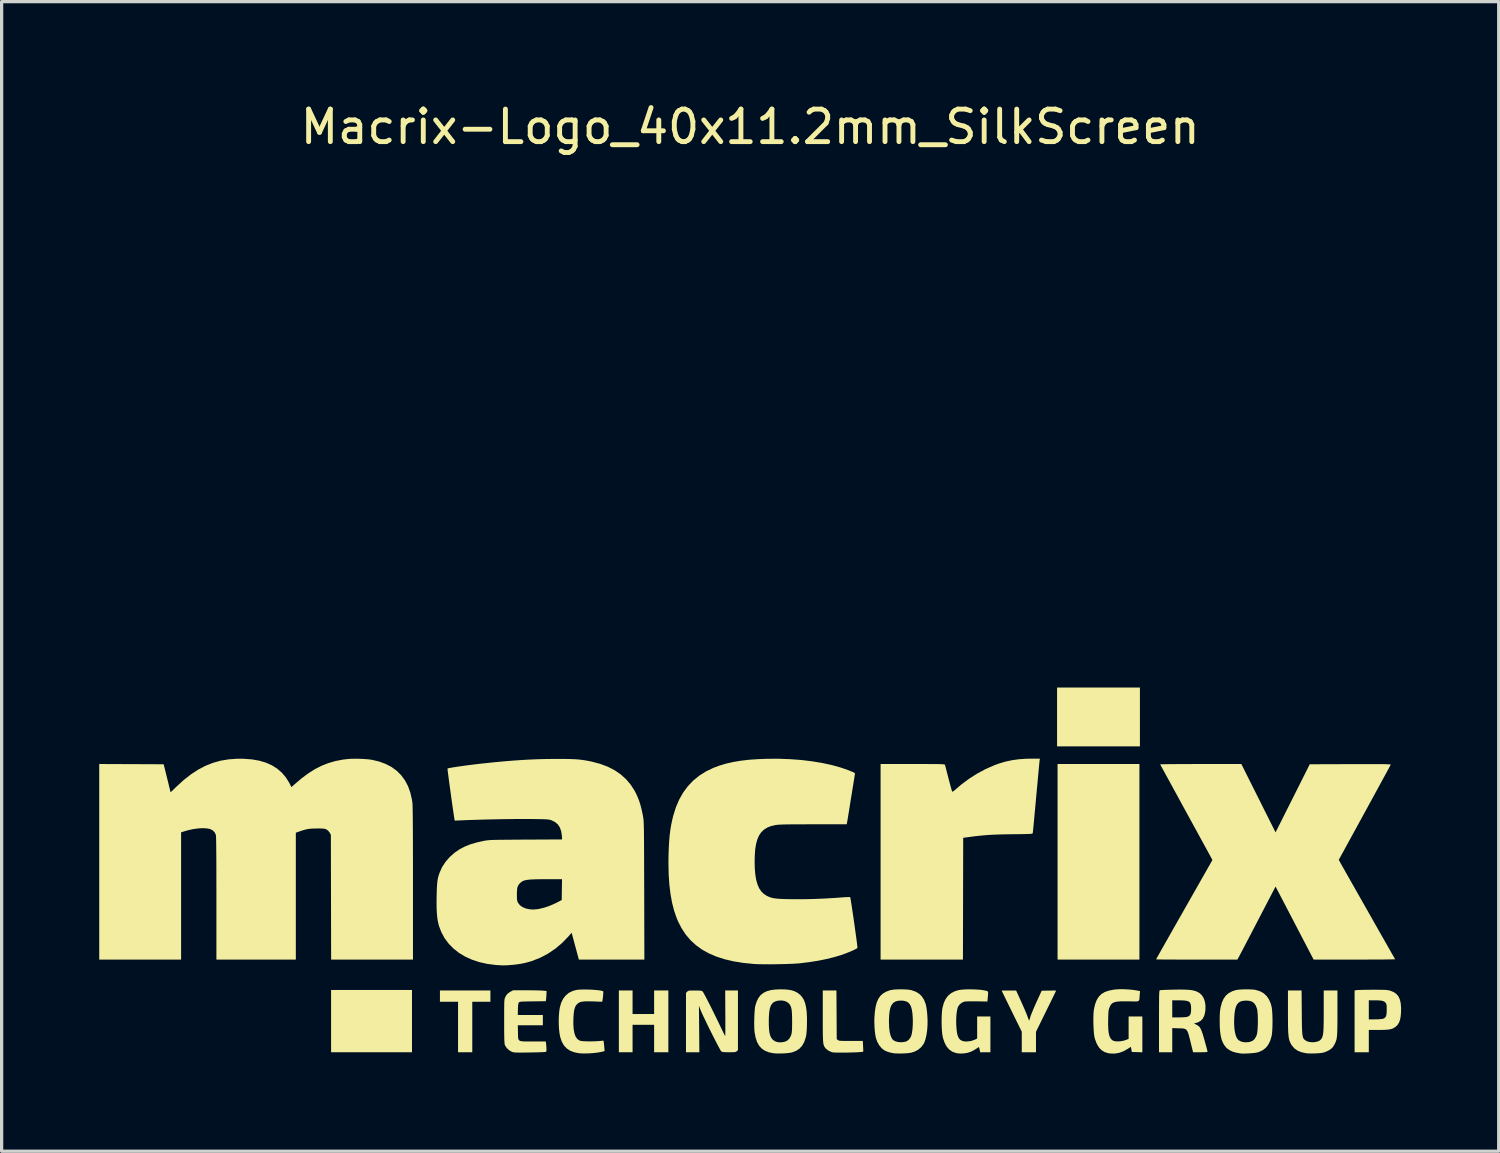
<source format=kicad_pcb>
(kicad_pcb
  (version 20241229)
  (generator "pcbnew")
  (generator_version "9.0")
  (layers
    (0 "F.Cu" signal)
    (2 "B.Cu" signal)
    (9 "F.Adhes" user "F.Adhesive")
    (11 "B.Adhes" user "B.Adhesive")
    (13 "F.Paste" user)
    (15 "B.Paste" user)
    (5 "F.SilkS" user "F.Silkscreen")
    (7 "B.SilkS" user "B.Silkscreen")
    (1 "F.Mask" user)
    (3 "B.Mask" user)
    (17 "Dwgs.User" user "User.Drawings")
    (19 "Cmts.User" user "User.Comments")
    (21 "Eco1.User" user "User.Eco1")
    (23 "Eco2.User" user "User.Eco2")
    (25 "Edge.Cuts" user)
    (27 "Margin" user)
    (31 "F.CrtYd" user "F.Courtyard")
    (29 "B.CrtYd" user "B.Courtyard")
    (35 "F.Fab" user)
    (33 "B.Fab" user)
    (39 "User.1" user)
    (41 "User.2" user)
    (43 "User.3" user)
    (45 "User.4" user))
  (footprint "Macrix-Logo_40x11.2mm_SilkScreen"
    (layer "F.Cu")
    (at 20.007 23.708)
    (property "Reference" "Macrix-Logo_40x11.2mm_SilkScreen" (at 0 -22.86 0) (layer "F.SilkS") (effects (font (size 1 1) (thickness 0.15))))
    (attr exclude_from_pos_files exclude_from_bom allow_missing_courtyard)
    (fp_poly (pts (xy -10.395 4.625) (xy -10.395 5.582) (xy -11.638 5.582) (xy -12.881 5.582) (xy -12.881 4.625) (xy -12.881 3.668) (xy -11.638 3.668) (xy -10.395 3.668)) (stroke (width 0) (type solid)) (fill yes) (layer "F.SilkS"))
    (fp_poly (pts (xy 11.962 -0.271) (xy 11.962 2.734) (xy 10.704 2.734) (xy 9.446 2.734) (xy 9.446 -0.271) (xy 9.446 -3.277) (xy 10.704 -3.277) (xy 11.962 -3.277)) (stroke (width 0) (type solid)) (fill yes) (layer "F.SilkS"))
    (fp_poly (pts (xy 11.977 -4.723) (xy 11.977 -3.819) (xy 10.704 -3.819) (xy 9.431 -3.819) (xy 9.431 -4.723) (xy 9.431 -5.627) (xy 10.704 -5.627) (xy 11.977 -5.627)) (stroke (width 0) (type solid)) (fill yes) (layer "F.SilkS"))
    (fp_poly (pts (xy -7.985 3.857) (xy -7.985 4.03) (xy -8.263 4.03) (xy -8.542 4.03) (xy -8.542 4.806) (xy -8.542 5.582) (xy -8.76 5.582) (xy -8.979 5.582) (xy -8.979 4.806) (xy -8.979 4.03) (xy -9.258 4.03) (xy -9.536 4.03) (xy -9.536 3.857) (xy -9.536 3.683) (xy -8.76 3.683) (xy -7.985 3.683)) (stroke (width 0) (type solid)) (fill yes) (layer "F.SilkS"))
    (fp_poly (pts (xy -3.616 4.045) (xy -3.616 4.407) (xy -3.284 4.407) (xy -2.953 4.407) (xy -2.953 4.045) (xy -2.953 3.683) (xy -2.734 3.683) (xy -2.516 3.683) (xy -2.516 4.633) (xy -2.516 5.582) (xy -2.734 5.582) (xy -2.953 5.582) (xy -2.953 5.16) (xy -2.953 4.738) (xy -3.284 4.738) (xy -3.616 4.738) (xy -3.616 5.16) (xy -3.616 5.582) (xy -3.827 5.582) (xy -4.037 5.582) (xy -4.037 4.633) (xy -4.037 3.683) (xy -3.827 3.683) (xy -3.616 3.683)) (stroke (width 0) (type solid)) (fill yes) (layer "F.SilkS"))
    (fp_poly (pts (xy 2.655 4.431) (xy 2.659 5.178) (xy 2.695 5.206) (xy 2.708 5.215) (xy 2.725 5.222) (xy 2.749 5.227) (xy 2.785 5.231) (xy 2.836 5.233) (xy 2.907 5.235) (xy 3 5.235) (xy 3.095 5.235) (xy 3.461 5.235) (xy 3.469 5.397) (xy 3.472 5.463) (xy 3.474 5.517) (xy 3.474 5.553) (xy 3.473 5.563) (xy 3.453 5.569) (xy 3.407 5.574) (xy 3.341 5.579) (xy 3.258 5.584) (xy 3.162 5.587) (xy 3.06 5.59) (xy 2.955 5.592) (xy 2.851 5.593) (xy 2.754 5.593) (xy 2.667 5.592) (xy 2.596 5.59) (xy 2.545 5.586) (xy 2.523 5.583) (xy 2.446 5.554) (xy 2.374 5.512) (xy 2.318 5.462) (xy 2.312 5.454) (xy 2.295 5.431) (xy 2.28 5.408) (xy 2.268 5.383) (xy 2.257 5.353) (xy 2.249 5.315) (xy 2.243 5.268) (xy 2.238 5.209) (xy 2.235 5.134) (xy 2.232 5.042) (xy 2.231 4.93) (xy 2.23 4.795) (xy 2.23 4.634) (xy 2.23 4.472) (xy 2.23 3.683) (xy 2.44 3.683) (xy 2.65 3.683)) (stroke (width 0) (type solid)) (fill yes) (layer "F.SilkS"))
    (fp_poly (pts (xy 8.173 3.684) (xy 8.337 4.045) (xy 8.383 4.149) (xy 8.427 4.249) (xy 8.466 4.342) (xy 8.499 4.422) (xy 8.523 4.484) (xy 8.534 4.516) (xy 8.551 4.564) (xy 8.566 4.595) (xy 8.575 4.604) (xy 8.577 4.602) (xy 8.585 4.577) (xy 8.599 4.533) (xy 8.615 4.478) (xy 8.616 4.474) (xy 8.632 4.43) (xy 8.658 4.365) (xy 8.692 4.282) (xy 8.732 4.189) (xy 8.776 4.089) (xy 8.803 4.03) (xy 8.958 3.691) (xy 9.179 3.687) (xy 9.257 3.686) (xy 9.323 3.686) (xy 9.372 3.686) (xy 9.398 3.688) (xy 9.401 3.689) (xy 9.394 3.704) (xy 9.376 3.742) (xy 9.347 3.803) (xy 9.308 3.882) (xy 9.262 3.978) (xy 9.208 4.087) (xy 9.149 4.207) (xy 9.092 4.324) (xy 8.783 4.953) (xy 8.783 5.267) (xy 8.783 5.582) (xy 8.565 5.582) (xy 8.346 5.582) (xy 8.346 5.266) (xy 8.346 4.95) (xy 8.037 4.322) (xy 7.975 4.194) (xy 7.916 4.075) (xy 7.863 3.967) (xy 7.817 3.873) (xy 7.78 3.795) (xy 7.751 3.737) (xy 7.734 3.7) (xy 7.728 3.689) (xy 7.743 3.687) (xy 7.782 3.685) (xy 7.84 3.684) (xy 7.913 3.684) (xy 7.951 3.684)) (stroke (width 0) (type solid)) (fill yes) (layer "F.SilkS"))
    (fp_poly (pts (xy 19.364 3.662) (xy 19.445 3.663) (xy 19.508 3.665) (xy 19.556 3.668) (xy 19.595 3.673) (xy 19.627 3.679) (xy 19.658 3.687) (xy 19.683 3.694) (xy 19.782 3.736) (xy 19.862 3.793) (xy 19.923 3.868) (xy 19.966 3.961) (xy 19.993 4.076) (xy 20.004 4.215) (xy 20.002 4.354) (xy 19.991 4.483) (xy 19.971 4.586) (xy 19.94 4.67) (xy 19.898 4.738) (xy 19.841 4.794) (xy 19.823 4.808) (xy 19.78 4.836) (xy 19.733 4.858) (xy 19.678 4.874) (xy 19.61 4.885) (xy 19.525 4.892) (xy 19.419 4.895) (xy 19.31 4.896) (xy 19.012 4.896) (xy 19.012 5.239) (xy 19.012 5.582) (xy 18.794 5.582) (xy 18.575 5.582) (xy 18.575 4.633) (xy 18.575 4.279) (xy 19.012 4.279) (xy 19.012 4.572) (xy 19.204 4.571) (xy 19.285 4.57) (xy 19.358 4.565) (xy 19.415 4.559) (xy 19.448 4.553) (xy 19.493 4.532) (xy 19.525 4.504) (xy 19.545 4.463) (xy 19.557 4.405) (xy 19.562 4.324) (xy 19.562 4.279) (xy 19.562 4.202) (xy 19.559 4.149) (xy 19.554 4.112) (xy 19.544 4.086) (xy 19.531 4.065) (xy 19.503 4.035) (xy 19.466 4.014) (xy 19.416 3.999) (xy 19.348 3.99) (xy 19.257 3.986) (xy 19.204 3.986) (xy 19.012 3.985) (xy 19.012 4.279) (xy 18.575 4.279) (xy 18.575 3.685) (xy 18.632 3.673) (xy 18.661 3.67) (xy 18.716 3.668) (xy 18.793 3.665) (xy 18.886 3.663) (xy 18.992 3.662) (xy 19.107 3.661) (xy 19.133 3.661) (xy 19.262 3.661)) (stroke (width 0) (type solid)) (fill yes) (layer "F.SilkS"))
    (fp_poly (pts (xy -0.377 4.6) (xy -0.377 5.516) (xy -0.411 5.549) (xy -0.428 5.562) (xy -0.447 5.571) (xy -0.475 5.577) (xy -0.518 5.58) (xy -0.58 5.581) (xy -0.649 5.582) (xy -0.736 5.581) (xy -0.798 5.579) (xy -0.841 5.574) (xy -0.87 5.566) (xy -0.888 5.557) (xy -0.902 5.538) (xy -0.927 5.496) (xy -0.961 5.433) (xy -1.004 5.353) (xy -1.053 5.258) (xy -1.107 5.153) (xy -1.164 5.041) (xy -1.222 4.924) (xy -1.281 4.807) (xy -1.337 4.692) (xy -1.389 4.582) (xy -1.437 4.482) (xy -1.478 4.394) (xy -1.51 4.322) (xy -1.532 4.268) (xy -1.535 4.26) (xy -1.576 4.151) (xy -1.569 4.866) (xy -1.563 5.582) (xy -1.768 5.582) (xy -1.974 5.582) (xy -1.974 4.67) (xy -1.974 3.757) (xy -1.937 3.72) (xy -1.92 3.705) (xy -1.902 3.695) (xy -1.878 3.689) (xy -1.84 3.685) (xy -1.784 3.684) (xy -1.704 3.684) (xy -1.699 3.684) (xy -1.614 3.685) (xy -1.554 3.687) (xy -1.513 3.691) (xy -1.486 3.699) (xy -1.467 3.71) (xy -1.466 3.71) (xy -1.451 3.73) (xy -1.425 3.775) (xy -1.388 3.842) (xy -1.342 3.929) (xy -1.288 4.034) (xy -1.227 4.153) (xy -1.162 4.284) (xy -1.092 4.426) (xy -1.019 4.575) (xy -0.945 4.728) (xy -0.896 4.832) (xy -0.857 4.912) (xy -0.824 4.981) (xy -0.796 5.036) (xy -0.777 5.071) (xy -0.768 5.084) (xy -0.767 5.07) (xy -0.766 5.028) (xy -0.765 4.962) (xy -0.764 4.875) (xy -0.764 4.77) (xy -0.764 4.649) (xy -0.764 4.515) (xy -0.765 4.384) (xy -0.769 3.683) (xy -0.573 3.683) (xy -0.377 3.683)) (stroke (width 0) (type solid)) (fill yes) (layer "F.SilkS"))
    (fp_poly (pts (xy 16.952 4.358) (xy 16.953 4.53) (xy 16.955 4.676) (xy 16.957 4.796) (xy 16.961 4.895) (xy 16.965 4.974) (xy 16.971 5.036) (xy 16.979 5.085) (xy 16.989 5.122) (xy 17.001 5.151) (xy 17.016 5.174) (xy 17.035 5.194) (xy 17.055 5.211) (xy 17.118 5.247) (xy 17.2 5.269) (xy 17.292 5.275) (xy 17.369 5.268) (xy 17.451 5.248) (xy 17.511 5.217) (xy 17.553 5.172) (xy 17.57 5.143) (xy 17.583 5.113) (xy 17.594 5.08) (xy 17.603 5.04) (xy 17.61 4.991) (xy 17.616 4.93) (xy 17.62 4.853) (xy 17.623 4.759) (xy 17.625 4.644) (xy 17.626 4.505) (xy 17.626 4.339) (xy 17.626 4.307) (xy 17.626 3.683) (xy 17.837 3.683) (xy 18.048 3.683) (xy 18.048 4.365) (xy 18.048 4.543) (xy 18.047 4.693) (xy 18.045 4.82) (xy 18.043 4.924) (xy 18.039 5.011) (xy 18.034 5.082) (xy 18.027 5.14) (xy 18.018 5.188) (xy 18.006 5.229) (xy 17.993 5.267) (xy 17.976 5.303) (xy 17.967 5.322) (xy 17.938 5.374) (xy 17.907 5.422) (xy 17.892 5.441) (xy 17.844 5.484) (xy 17.775 5.528) (xy 17.695 5.566) (xy 17.621 5.591) (xy 17.562 5.603) (xy 17.482 5.611) (xy 17.388 5.617) (xy 17.29 5.62) (xy 17.196 5.619) (xy 17.115 5.615) (xy 17.081 5.611) (xy 16.938 5.58) (xy 16.817 5.529) (xy 16.719 5.458) (xy 16.643 5.367) (xy 16.635 5.355) (xy 16.612 5.314) (xy 16.592 5.273) (xy 16.575 5.23) (xy 16.562 5.183) (xy 16.551 5.127) (xy 16.543 5.06) (xy 16.536 4.98) (xy 16.532 4.883) (xy 16.529 4.766) (xy 16.528 4.628) (xy 16.527 4.463) (xy 16.527 4.335) (xy 16.527 3.683) (xy 16.737 3.683) (xy 16.946 3.683)) (stroke (width 0) (type solid)) (fill yes) (layer "F.SilkS"))
    (fp_poly (pts (xy 6.897 3.651) (xy 7.008 3.657) (xy 7.107 3.666) (xy 7.186 3.679) (xy 7.24 3.69) (xy 7.276 3.699) (xy 7.299 3.713) (xy 7.31 3.735) (xy 7.312 3.772) (xy 7.308 3.828) (xy 7.3 3.91) (xy 7.29 4.023) (xy 6.963 4.017) (xy 6.827 4.016) (xy 6.719 4.017) (xy 6.639 4.02) (xy 6.585 4.026) (xy 6.569 4.03) (xy 6.499 4.062) (xy 6.437 4.114) (xy 6.39 4.178) (xy 6.374 4.219) (xy 6.352 4.32) (xy 6.337 4.444) (xy 6.33 4.583) (xy 6.332 4.73) (xy 6.332 4.738) (xy 6.342 4.882) (xy 6.358 4.998) (xy 6.383 5.089) (xy 6.418 5.158) (xy 6.464 5.206) (xy 6.523 5.236) (xy 6.595 5.25) (xy 6.645 5.252) (xy 6.78 5.238) (xy 6.905 5.195) (xy 6.919 5.188) (xy 6.975 5.159) (xy 6.975 4.821) (xy 6.975 4.482) (xy 7.179 4.482) (xy 7.382 4.482) (xy 7.382 5.032) (xy 7.382 5.582) (xy 7.225 5.582) (xy 7.068 5.582) (xy 7.05 5.498) (xy 7.04 5.451) (xy 7.031 5.429) (xy 7.02 5.425) (xy 7.002 5.437) (xy 7 5.438) (xy 6.883 5.515) (xy 6.774 5.569) (xy 6.666 5.603) (xy 6.55 5.619) (xy 6.531 5.62) (xy 6.457 5.621) (xy 6.384 5.616) (xy 6.327 5.607) (xy 6.216 5.567) (xy 6.12 5.502) (xy 6.04 5.411) (xy 5.976 5.294) (xy 5.928 5.153) (xy 5.911 5.077) (xy 5.898 4.991) (xy 5.89 4.884) (xy 5.884 4.763) (xy 5.882 4.635) (xy 5.884 4.509) (xy 5.889 4.39) (xy 5.898 4.287) (xy 5.91 4.211) (xy 5.951 4.064) (xy 6.008 3.942) (xy 6.082 3.843) (xy 6.176 3.765) (xy 6.29 3.707) (xy 6.399 3.673) (xy 6.467 3.662) (xy 6.558 3.654) (xy 6.664 3.649) (xy 6.78 3.648)) (stroke (width 0) (type solid)) (fill yes) (layer "F.SilkS"))
    (fp_poly (pts (xy 11.486 3.645) (xy 11.629 3.652) (xy 11.766 3.665) (xy 11.886 3.684) (xy 11.892 3.685) (xy 11.981 3.703) (xy 11.97 3.833) (xy 11.966 3.896) (xy 11.962 3.944) (xy 11.955 3.978) (xy 11.941 4) (xy 11.915 4.014) (xy 11.875 4.02) (xy 11.815 4.021) (xy 11.733 4.019) (xy 11.634 4.017) (xy 11.493 4.016) (xy 11.378 4.018) (xy 11.286 4.025) (xy 11.214 4.038) (xy 11.159 4.058) (xy 11.116 4.086) (xy 11.083 4.123) (xy 11.057 4.171) (xy 11.041 4.208) (xy 11.029 4.241) (xy 11.02 4.275) (xy 11.013 4.316) (xy 11.009 4.368) (xy 11.005 4.436) (xy 11.003 4.527) (xy 11.001 4.587) (xy 11 4.746) (xy 11.006 4.878) (xy 11.017 4.985) (xy 11.036 5.07) (xy 11.063 5.136) (xy 11.098 5.185) (xy 11.142 5.219) (xy 11.158 5.228) (xy 11.216 5.244) (xy 11.292 5.249) (xy 11.378 5.244) (xy 11.465 5.229) (xy 11.544 5.205) (xy 11.63 5.171) (xy 11.63 4.826) (xy 11.63 4.482) (xy 11.841 4.482) (xy 12.052 4.482) (xy 12.052 5.032) (xy 12.052 5.583) (xy 11.89 5.578) (xy 11.729 5.574) (xy 11.715 5.499) (xy 11.707 5.455) (xy 11.7 5.425) (xy 11.698 5.419) (xy 11.684 5.424) (xy 11.654 5.443) (xy 11.621 5.466) (xy 11.483 5.547) (xy 11.34 5.6) (xy 11.194 5.624) (xy 11.046 5.618) (xy 11.003 5.611) (xy 10.892 5.576) (xy 10.797 5.517) (xy 10.717 5.433) (xy 10.652 5.324) (xy 10.6 5.188) (xy 10.588 5.147) (xy 10.574 5.078) (xy 10.563 4.986) (xy 10.555 4.877) (xy 10.549 4.758) (xy 10.546 4.635) (xy 10.547 4.515) (xy 10.55 4.405) (xy 10.558 4.311) (xy 10.565 4.256) (xy 10.6 4.105) (xy 10.648 3.979) (xy 10.711 3.877) (xy 10.791 3.796) (xy 10.892 3.734) (xy 11.014 3.69) (xy 11.161 3.66) (xy 11.232 3.651) (xy 11.35 3.644)) (stroke (width 0) (type solid)) (fill yes) (layer "F.SilkS"))
    (fp_poly (pts (xy -5.012 3.654) (xy -4.909 3.657) (xy -4.809 3.663) (xy -4.715 3.671) (xy -4.634 3.68) (xy -4.571 3.691) (xy -4.53 3.703) (xy -4.518 3.711) (xy -4.515 3.729) (xy -4.516 3.769) (xy -4.52 3.823) (xy -4.526 3.883) (xy -4.533 3.941) (xy -4.541 3.988) (xy -4.543 3.996) (xy -4.55 4.03) (xy -4.802 4.02) (xy -4.933 4.017) (xy -5.038 4.017) (xy -5.121 4.021) (xy -5.185 4.03) (xy -5.234 4.044) (xy -5.273 4.063) (xy -5.275 4.065) (xy -5.323 4.104) (xy -5.36 4.15) (xy -5.388 4.209) (xy -5.409 4.285) (xy -5.423 4.38) (xy -5.432 4.501) (xy -5.434 4.55) (xy -5.436 4.728) (xy -5.425 4.88) (xy -5.401 5.005) (xy -5.365 5.103) (xy -5.315 5.173) (xy -5.265 5.211) (xy -5.235 5.225) (xy -5.201 5.234) (xy -5.156 5.24) (xy -5.095 5.244) (xy -5.01 5.247) (xy -5.002 5.247) (xy -4.91 5.248) (xy -4.812 5.246) (xy -4.722 5.243) (xy -4.655 5.238) (xy -4.593 5.233) (xy -4.545 5.228) (xy -4.515 5.226) (xy -4.51 5.226) (xy -4.506 5.242) (xy -4.5 5.28) (xy -4.494 5.332) (xy -4.488 5.392) (xy -4.482 5.45) (xy -4.478 5.501) (xy -4.477 5.535) (xy -4.478 5.545) (xy -4.495 5.551) (xy -4.536 5.562) (xy -4.591 5.574) (xy -4.627 5.581) (xy -4.722 5.596) (xy -4.834 5.608) (xy -4.954 5.616) (xy -5.072 5.619) (xy -5.179 5.618) (xy -5.264 5.612) (xy -5.411 5.582) (xy -5.537 5.533) (xy -5.641 5.463) (xy -5.726 5.371) (xy -5.791 5.257) (xy -5.837 5.121) (xy -5.86 5.007) (xy -5.876 4.871) (xy -5.884 4.722) (xy -5.885 4.568) (xy -5.878 4.418) (xy -5.863 4.279) (xy -5.852 4.213) (xy -5.812 4.066) (xy -5.751 3.94) (xy -5.67 3.836) (xy -5.571 3.754) (xy -5.453 3.697) (xy -5.349 3.669) (xy -5.286 3.66) (xy -5.205 3.655) (xy -5.113 3.653)) (stroke (width 0) (type solid)) (fill yes) (layer "F.SilkS"))
    (fp_poly (pts (xy 8.896 -3.401) (xy 8.893 -3.379) (xy 8.888 -3.33) (xy 8.881 -3.256) (xy 8.872 -3.16) (xy 8.861 -3.043) (xy 8.848 -2.909) (xy 8.835 -2.759) (xy 8.82 -2.597) (xy 8.804 -2.425) (xy 8.79 -2.275) (xy 8.774 -2.096) (xy 8.758 -1.926) (xy 8.743 -1.767) (xy 8.73 -1.621) (xy 8.717 -1.49) (xy 8.707 -1.377) (xy 8.698 -1.285) (xy 8.691 -1.216) (xy 8.686 -1.173) (xy 8.684 -1.158) (xy 8.682 -1.15) (xy 8.678 -1.144) (xy 8.668 -1.138) (xy 8.651 -1.134) (xy 8.622 -1.131) (xy 8.581 -1.128) (xy 8.524 -1.126) (xy 8.448 -1.124) (xy 8.35 -1.122) (xy 8.229 -1.12) (xy 8.081 -1.119) (xy 8.041 -1.118) (xy 7.851 -1.116) (xy 7.685 -1.112) (xy 7.539 -1.107) (xy 7.405 -1.101) (xy 7.279 -1.093) (xy 7.156 -1.083) (xy 7.028 -1.07) (xy 6.892 -1.055) (xy 6.741 -1.035) (xy 6.689 -1.028) (xy 6.546 -1.009) (xy 6.542 0.862) (xy 6.538 2.734) (xy 5.273 2.734) (xy 4.007 2.734) (xy 4.007 -0.271) (xy 4.007 -3.277) (xy 4.993 -3.277) (xy 5.19 -3.277) (xy 5.359 -3.277) (xy 5.502 -3.276) (xy 5.621 -3.276) (xy 5.719 -3.275) (xy 5.798 -3.274) (xy 5.859 -3.272) (xy 5.905 -3.27) (xy 5.939 -3.267) (xy 5.961 -3.264) (xy 5.975 -3.261) (xy 5.983 -3.256) (xy 5.986 -3.251) (xy 5.987 -3.25) (xy 5.992 -3.229) (xy 6.004 -3.183) (xy 6.022 -3.116) (xy 6.043 -3.032) (xy 6.068 -2.935) (xy 6.095 -2.832) (xy 6.122 -2.728) (xy 6.147 -2.633) (xy 6.17 -2.551) (xy 6.188 -2.487) (xy 6.201 -2.444) (xy 6.208 -2.427) (xy 6.225 -2.429) (xy 6.258 -2.45) (xy 6.293 -2.48) (xy 6.507 -2.662) (xy 6.74 -2.833) (xy 6.985 -2.988) (xy 7.238 -3.123) (xy 7.492 -3.235) (xy 7.629 -3.286) (xy 7.835 -3.348) (xy 8.04 -3.393) (xy 8.253 -3.423) (xy 8.48 -3.439) (xy 8.654 -3.442) (xy 8.903 -3.442)) (stroke (width 0) (type solid)) (fill yes) (layer "F.SilkS"))
    (fp_poly (pts (xy -6.87 3.677) (xy -6.755 3.678) (xy -6.645 3.679) (xy -6.545 3.681) (xy -6.46 3.684) (xy -6.395 3.686) (xy -6.357 3.689) (xy -6.259 3.7) (xy -6.263 3.809) (xy -6.267 3.871) (xy -6.271 3.927) (xy -6.276 3.965) (xy -6.283 4.013) (xy -6.681 4.018) (xy -6.803 4.019) (xy -6.897 4.021) (xy -6.969 4.023) (xy -7.021 4.026) (xy -7.057 4.03) (xy -7.081 4.035) (xy -7.097 4.042) (xy -7.107 4.049) (xy -7.119 4.066) (xy -7.127 4.093) (xy -7.133 4.135) (xy -7.137 4.197) (xy -7.139 4.256) (xy -7.144 4.437) (xy -6.758 4.437) (xy -6.373 4.437) (xy -6.373 4.595) (xy -6.373 4.753) (xy -6.758 4.753) (xy -7.143 4.753) (xy -7.138 4.973) (xy -7.137 5.051) (xy -7.135 5.113) (xy -7.13 5.161) (xy -7.117 5.196) (xy -7.095 5.221) (xy -7.059 5.237) (xy -7.007 5.246) (xy -6.935 5.25) (xy -6.84 5.251) (xy -6.72 5.25) (xy -6.673 5.25) (xy -6.284 5.25) (xy -6.276 5.299) (xy -6.271 5.339) (xy -6.267 5.397) (xy -6.263 5.456) (xy -6.262 5.512) (xy -6.263 5.545) (xy -6.271 5.562) (xy -6.286 5.57) (xy -6.297 5.573) (xy -6.321 5.575) (xy -6.372 5.578) (xy -6.444 5.581) (xy -6.534 5.584) (xy -6.638 5.586) (xy -6.751 5.589) (xy -6.787 5.589) (xy -6.92 5.591) (xy -7.027 5.592) (xy -7.111 5.592) (xy -7.176 5.591) (xy -7.225 5.589) (xy -7.263 5.585) (xy -7.292 5.579) (xy -7.312 5.573) (xy -7.38 5.54) (xy -7.446 5.488) (xy -7.502 5.426) (xy -7.539 5.362) (xy -7.544 5.346) (xy -7.549 5.32) (xy -7.553 5.274) (xy -7.557 5.208) (xy -7.559 5.12) (xy -7.561 5.008) (xy -7.562 4.87) (xy -7.562 4.704) (xy -7.562 4.623) (xy -7.562 4.464) (xy -7.562 4.333) (xy -7.561 4.225) (xy -7.56 4.14) (xy -7.559 4.072) (xy -7.557 4.02) (xy -7.553 3.981) (xy -7.55 3.952) (xy -7.545 3.929) (xy -7.538 3.911) (xy -7.531 3.894) (xy -7.493 3.824) (xy -7.445 3.772) (xy -7.379 3.727) (xy -7.359 3.716) (xy -7.284 3.676)) (stroke (width 0) (type solid)) (fill yes) (layer "F.SilkS"))
    (fp_poly (pts (xy 4.786 3.652) (xy 4.878 3.66) (xy 4.949 3.672) (xy 4.953 3.673) (xy 5.083 3.719) (xy 5.19 3.782) (xy 5.275 3.865) (xy 5.342 3.97) (xy 5.393 4.099) (xy 5.401 4.13) (xy 5.411 4.179) (xy 5.422 4.249) (xy 5.433 4.331) (xy 5.441 4.417) (xy 5.442 4.425) (xy 5.451 4.594) (xy 5.449 4.759) (xy 5.437 4.916) (xy 5.415 5.06) (xy 5.385 5.188) (xy 5.346 5.293) (xy 5.325 5.333) (xy 5.253 5.428) (xy 5.159 5.506) (xy 5.046 5.565) (xy 4.941 5.596) (xy 4.877 5.606) (xy 4.793 5.614) (xy 4.696 5.619) (xy 4.598 5.621) (xy 4.506 5.619) (xy 4.43 5.615) (xy 4.407 5.612) (xy 4.304 5.592) (xy 4.208 5.562) (xy 4.129 5.526) (xy 4.118 5.52) (xy 4.036 5.454) (xy 3.963 5.365) (xy 3.904 5.258) (xy 3.862 5.14) (xy 3.86 5.13) (xy 3.844 5.044) (xy 3.83 4.938) (xy 3.821 4.818) (xy 3.816 4.694) (xy 3.815 4.652) (xy 4.264 4.652) (xy 4.27 4.821) (xy 4.287 4.961) (xy 4.315 5.074) (xy 4.354 5.159) (xy 4.392 5.205) (xy 4.447 5.24) (xy 4.522 5.263) (xy 4.607 5.274) (xy 4.694 5.271) (xy 4.775 5.256) (xy 4.819 5.238) (xy 4.881 5.19) (xy 4.93 5.121) (xy 4.956 5.056) (xy 4.975 4.965) (xy 4.989 4.853) (xy 4.997 4.728) (xy 4.998 4.598) (xy 4.996 4.535) (xy 4.986 4.388) (xy 4.967 4.268) (xy 4.94 4.173) (xy 4.901 4.101) (xy 4.851 4.049) (xy 4.786 4.016) (xy 4.705 3.998) (xy 4.624 3.994) (xy 4.533 4.002) (xy 4.458 4.025) (xy 4.396 4.065) (xy 4.348 4.125) (xy 4.311 4.206) (xy 4.286 4.31) (xy 4.271 4.439) (xy 4.264 4.595) (xy 4.264 4.652) (xy 3.815 4.652) (xy 3.815 4.574) (xy 3.817 4.518) (xy 3.831 4.336) (xy 3.855 4.18) (xy 3.89 4.049) (xy 3.938 3.939) (xy 4 3.85) (xy 4.077 3.779) (xy 4.171 3.723) (xy 4.282 3.681) (xy 4.313 3.673) (xy 4.381 3.66) (xy 4.471 3.652) (xy 4.574 3.648) (xy 4.682 3.648)) (stroke (width 0) (type solid)) (fill yes) (layer "F.SilkS"))
    (fp_poly (pts (xy 13.311 3.656) (xy 13.429 3.66) (xy 13.528 3.668) (xy 13.61 3.681) (xy 13.679 3.699) (xy 13.738 3.723) (xy 13.792 3.752) (xy 13.809 3.763) (xy 13.881 3.83) (xy 13.937 3.919) (xy 13.974 4.027) (xy 13.992 4.149) (xy 13.99 4.283) (xy 13.984 4.333) (xy 13.958 4.449) (xy 13.915 4.54) (xy 13.854 4.609) (xy 13.774 4.657) (xy 13.709 4.679) (xy 13.638 4.698) (xy 13.711 4.734) (xy 13.752 4.757) (xy 13.787 4.783) (xy 13.817 4.816) (xy 13.844 4.86) (xy 13.87 4.919) (xy 13.898 4.995) (xy 13.928 5.093) (xy 13.964 5.217) (xy 13.964 5.218) (xy 13.99 5.313) (xy 14.014 5.399) (xy 14.033 5.472) (xy 14.047 5.526) (xy 14.055 5.558) (xy 14.056 5.564) (xy 14.046 5.571) (xy 14.016 5.577) (xy 13.962 5.58) (xy 13.882 5.581) (xy 13.833 5.582) (xy 13.611 5.582) (xy 13.537 5.284) (xy 13.507 5.161) (xy 13.482 5.064) (xy 13.459 4.989) (xy 13.435 4.935) (xy 13.409 4.896) (xy 13.377 4.872) (xy 13.337 4.857) (xy 13.286 4.85) (xy 13.221 4.847) (xy 13.165 4.846) (xy 12.971 4.84) (xy 12.971 5.211) (xy 12.971 5.582) (xy 12.768 5.582) (xy 12.564 5.582) (xy 12.564 4.634) (xy 12.564 4.441) (xy 12.565 4.277) (xy 12.565 4.248) (xy 12.971 4.248) (xy 12.971 4.512) (xy 13.178 4.511) (xy 13.265 4.509) (xy 13.342 4.505) (xy 13.401 4.5) (xy 13.437 4.492) (xy 13.486 4.469) (xy 13.519 4.435) (xy 13.539 4.386) (xy 13.549 4.317) (xy 13.551 4.248) (xy 13.548 4.167) (xy 13.538 4.105) (xy 13.517 4.058) (xy 13.481 4.026) (xy 13.427 4.005) (xy 13.352 3.992) (xy 13.253 3.987) (xy 13.178 3.986) (xy 12.971 3.985) (xy 12.971 4.248) (xy 12.565 4.248) (xy 12.565 4.137) (xy 12.566 4.022) (xy 12.566 3.928) (xy 12.568 3.852) (xy 12.569 3.794) (xy 12.572 3.751) (xy 12.574 3.719) (xy 12.578 3.699) (xy 12.581 3.686) (xy 12.586 3.679) (xy 12.591 3.676) (xy 12.613 3.673) (xy 12.66 3.67) (xy 12.729 3.666) (xy 12.815 3.663) (xy 12.914 3.66) (xy 13.001 3.658) (xy 13.169 3.655)) (stroke (width 0) (type solid)) (fill yes) (layer "F.SilkS"))
    (fp_poly (pts (xy 1.068 3.651) (xy 1.186 3.662) (xy 1.286 3.681) (xy 1.372 3.711) (xy 1.449 3.752) (xy 1.46 3.759) (xy 1.537 3.819) (xy 1.6 3.892) (xy 1.652 3.979) (xy 1.691 4.085) (xy 1.719 4.21) (xy 1.737 4.357) (xy 1.745 4.529) (xy 1.744 4.722) (xy 1.74 4.837) (xy 1.735 4.928) (xy 1.729 5) (xy 1.721 5.06) (xy 1.71 5.113) (xy 1.704 5.136) (xy 1.658 5.271) (xy 1.596 5.381) (xy 1.517 5.468) (xy 1.419 5.534) (xy 1.299 5.582) (xy 1.272 5.589) (xy 1.208 5.601) (xy 1.123 5.611) (xy 1.025 5.617) (xy 0.922 5.62) (xy 0.825 5.62) (xy 0.74 5.615) (xy 0.705 5.611) (xy 0.566 5.582) (xy 0.449 5.534) (xy 0.351 5.467) (xy 0.272 5.379) (xy 0.211 5.268) (xy 0.166 5.134) (xy 0.135 4.974) (xy 0.134 4.969) (xy 0.128 4.895) (xy 0.124 4.802) (xy 0.122 4.696) (xy 0.123 4.626) (xy 0.571 4.626) (xy 0.572 4.765) (xy 0.579 4.878) (xy 0.59 4.97) (xy 0.608 5.046) (xy 0.631 5.108) (xy 0.642 5.131) (xy 0.696 5.2) (xy 0.769 5.248) (xy 0.857 5.274) (xy 0.957 5.278) (xy 1.065 5.258) (xy 1.065 5.258) (xy 1.144 5.22) (xy 1.206 5.159) (xy 1.251 5.074) (xy 1.261 5.043) (xy 1.271 5.008) (xy 1.278 4.968) (xy 1.282 4.919) (xy 1.286 4.855) (xy 1.287 4.772) (xy 1.288 4.665) (xy 1.288 4.633) (xy 1.287 4.499) (xy 1.283 4.391) (xy 1.277 4.306) (xy 1.266 4.238) (xy 1.25 4.183) (xy 1.229 4.138) (xy 1.201 4.098) (xy 1.189 4.084) (xy 1.127 4.034) (xy 1.045 4.002) (xy 0.951 3.99) (xy 0.85 3.997) (xy 0.837 4) (xy 0.765 4.022) (xy 0.706 4.056) (xy 0.659 4.105) (xy 0.624 4.172) (xy 0.598 4.259) (xy 0.582 4.369) (xy 0.573 4.504) (xy 0.571 4.626) (xy 0.123 4.626) (xy 0.124 4.583) (xy 0.127 4.469) (xy 0.133 4.362) (xy 0.14 4.267) (xy 0.149 4.192) (xy 0.157 4.153) (xy 0.199 4.022) (xy 0.253 3.912) (xy 0.322 3.824) (xy 0.408 3.756) (xy 0.514 3.705) (xy 0.64 3.671) (xy 0.79 3.653) (xy 0.927 3.648)) (stroke (width 0) (type solid)) (fill yes) (layer "F.SilkS"))
    (fp_poly (pts (xy 15.375 3.65) (xy 15.465 3.656) (xy 15.536 3.666) (xy 15.54 3.667) (xy 15.671 3.708) (xy 15.782 3.771) (xy 15.873 3.855) (xy 15.945 3.961) (xy 16 4.092) (xy 16.024 4.181) (xy 16.035 4.247) (xy 16.043 4.338) (xy 16.049 4.445) (xy 16.052 4.562) (xy 16.052 4.683) (xy 16.05 4.801) (xy 16.045 4.91) (xy 16.037 5.003) (xy 16.027 5.074) (xy 16.025 5.083) (xy 15.982 5.228) (xy 15.922 5.349) (xy 15.845 5.446) (xy 15.75 5.52) (xy 15.636 5.573) (xy 15.585 5.588) (xy 15.537 5.597) (xy 15.467 5.606) (xy 15.385 5.613) (xy 15.298 5.618) (xy 15.213 5.622) (xy 15.139 5.623) (xy 15.083 5.62) (xy 15.065 5.618) (xy 15.03 5.612) (xy 14.978 5.602) (xy 14.938 5.595) (xy 14.834 5.566) (xy 14.736 5.52) (xy 14.653 5.462) (xy 14.624 5.433) (xy 14.566 5.358) (xy 14.52 5.274) (xy 14.484 5.177) (xy 14.458 5.063) (xy 14.44 4.929) (xy 14.431 4.773) (xy 14.43 4.696) (xy 14.872 4.696) (xy 14.88 4.841) (xy 14.898 4.967) (xy 14.925 5.072) (xy 14.961 5.153) (xy 15.005 5.208) (xy 15.011 5.212) (xy 15.092 5.255) (xy 15.189 5.276) (xy 15.3 5.273) (xy 15.355 5.263) (xy 15.436 5.233) (xy 15.5 5.178) (xy 15.548 5.099) (xy 15.571 5.038) (xy 15.583 4.979) (xy 15.592 4.898) (xy 15.598 4.8) (xy 15.602 4.693) (xy 15.602 4.582) (xy 15.6 4.475) (xy 15.594 4.379) (xy 15.586 4.298) (xy 15.574 4.241) (xy 15.574 4.24) (xy 15.536 4.143) (xy 15.487 4.073) (xy 15.425 4.027) (xy 15.344 4.002) (xy 15.247 3.994) (xy 15.153 4) (xy 15.075 4.019) (xy 15.013 4.055) (xy 14.964 4.109) (xy 14.928 4.183) (xy 14.901 4.281) (xy 14.884 4.404) (xy 14.875 4.535) (xy 14.872 4.696) (xy 14.43 4.696) (xy 14.429 4.633) (xy 14.43 4.517) (xy 14.432 4.424) (xy 14.437 4.348) (xy 14.444 4.283) (xy 14.454 4.222) (xy 14.459 4.195) (xy 14.498 4.051) (xy 14.551 3.933) (xy 14.62 3.838) (xy 14.707 3.763) (xy 14.815 3.707) (xy 14.916 3.674) (xy 14.981 3.662) (xy 15.068 3.654) (xy 15.168 3.649) (xy 15.273 3.648)) (stroke (width 0) (type solid)) (fill yes) (layer "F.SilkS"))
    (fp_poly (pts (xy -12.021 -3.438) (xy -11.885 -3.432) (xy -11.759 -3.423) (xy -11.651 -3.41) (xy -11.628 -3.406) (xy -11.405 -3.353) (xy -11.203 -3.279) (xy -11.022 -3.184) (xy -10.863 -3.068) (xy -10.726 -2.931) (xy -10.61 -2.773) (xy -10.516 -2.594) (xy -10.445 -2.395) (xy -10.395 -2.175) (xy -10.382 -2.079) (xy -10.379 -2.045) (xy -10.377 -1.986) (xy -10.375 -1.901) (xy -10.373 -1.79) (xy -10.371 -1.653) (xy -10.37 -1.489) (xy -10.368 -1.298) (xy -10.367 -1.079) (xy -10.366 -0.832) (xy -10.366 -0.557) (xy -10.365 -0.253) (xy -10.365 0.081) (xy -10.365 0.395) (xy -10.365 2.734) (xy -11.623 2.734) (xy -12.88 2.734) (xy -12.884 0.817) (xy -12.888 -1.1) (xy -12.922 -1.164) (xy -12.974 -1.229) (xy -13.02 -1.262) (xy -13.047 -1.275) (xy -13.075 -1.284) (xy -13.108 -1.29) (xy -13.154 -1.293) (xy -13.217 -1.295) (xy -13.304 -1.295) (xy -13.318 -1.295) (xy -13.434 -1.294) (xy -13.531 -1.287) (xy -13.618 -1.274) (xy -13.706 -1.253) (xy -13.804 -1.222) (xy -13.879 -1.196) (xy -13.965 -1.164) (xy -13.965 0.785) (xy -13.965 2.734) (xy -15.186 2.734) (xy -16.406 2.734) (xy -16.406 0.847) (xy -16.406 0.524) (xy -16.407 0.23) (xy -16.407 -0.034) (xy -16.408 -0.269) (xy -16.409 -0.474) (xy -16.411 -0.649) (xy -16.412 -0.796) (xy -16.414 -0.913) (xy -16.416 -1.002) (xy -16.419 -1.062) (xy -16.421 -1.093) (xy -16.422 -1.096) (xy -16.458 -1.174) (xy -16.518 -1.236) (xy -16.595 -1.277) (xy -16.606 -1.28) (xy -16.706 -1.299) (xy -16.827 -1.305) (xy -16.963 -1.298) (xy -17.109 -1.278) (xy -17.26 -1.246) (xy -17.359 -1.218) (xy -17.491 -1.178) (xy -17.491 0.778) (xy -17.491 2.734) (xy -18.749 2.734) (xy -20.007 2.734) (xy -20.007 -0.271) (xy -20.007 -3.277) (xy -19.017 -3.273) (xy -18.027 -3.269) (xy -17.92 -2.838) (xy -17.814 -2.407) (xy -17.63 -2.585) (xy -17.408 -2.787) (xy -17.188 -2.959) (xy -16.967 -3.104) (xy -16.743 -3.221) (xy -16.514 -3.312) (xy -16.277 -3.379) (xy -16.031 -3.42) (xy -15.772 -3.439) (xy -15.562 -3.438) (xy -15.315 -3.419) (xy -15.089 -3.379) (xy -14.885 -3.319) (xy -14.702 -3.238) (xy -14.538 -3.135) (xy -14.395 -3.011) (xy -14.271 -2.865) (xy -14.166 -2.697) (xy -14.148 -2.662) (xy -14.1 -2.567) (xy -13.994 -2.662) (xy -13.782 -2.841) (xy -13.577 -2.993) (xy -13.375 -3.121) (xy -13.171 -3.224) (xy -12.963 -3.306) (xy -12.748 -3.368) (xy -12.52 -3.412) (xy -12.391 -3.428) (xy -12.283 -3.436) (xy -12.156 -3.439)) (stroke (width 0) (type solid)) (fill yes) (layer "F.SilkS"))
    (fp_poly (pts (xy 15.62 -2.227) (xy 16.146 -1.176) (xy 16.672 -2.223) (xy 17.197 -3.269) (xy 18.445 -3.273) (xy 18.672 -3.274) (xy 18.871 -3.274) (xy 19.043 -3.274) (xy 19.19 -3.274) (xy 19.314 -3.274) (xy 19.416 -3.273) (xy 19.499 -3.272) (xy 19.565 -3.27) (xy 19.614 -3.268) (xy 19.649 -3.266) (xy 19.671 -3.263) (xy 19.683 -3.26) (xy 19.686 -3.256) (xy 19.686 -3.256) (xy 19.678 -3.241) (xy 19.656 -3.2) (xy 19.622 -3.137) (xy 19.576 -3.052) (xy 19.519 -2.948) (xy 19.452 -2.826) (xy 19.377 -2.688) (xy 19.294 -2.535) (xy 19.204 -2.37) (xy 19.108 -2.194) (xy 19.006 -2.008) (xy 18.901 -1.815) (xy 18.884 -1.785) (xy 18.09 -0.334) (xy 18.112 -0.287) (xy 18.122 -0.271) (xy 18.144 -0.23) (xy 18.18 -0.167) (xy 18.227 -0.084) (xy 18.284 0.017) (xy 18.35 0.134) (xy 18.425 0.266) (xy 18.506 0.409) (xy 18.593 0.562) (xy 18.684 0.723) (xy 18.779 0.89) (xy 18.876 1.061) (xy 18.974 1.234) (xy 19.072 1.406) (xy 19.168 1.577) (xy 19.263 1.743) (xy 19.353 1.903) (xy 19.44 2.054) (xy 19.52 2.196) (xy 19.593 2.325) (xy 19.659 2.439) (xy 19.714 2.537) (xy 19.76 2.617) (xy 19.794 2.676) (xy 19.815 2.713) (xy 19.821 2.723) (xy 19.807 2.725) (xy 19.766 2.726) (xy 19.698 2.728) (xy 19.607 2.729) (xy 19.495 2.731) (xy 19.364 2.732) (xy 19.215 2.733) (xy 19.052 2.733) (xy 18.877 2.734) (xy 18.69 2.734) (xy 18.572 2.734) (xy 17.316 2.734) (xy 16.731 1.612) (xy 16.146 0.489) (xy 15.627 1.487) (xy 15.541 1.652) (xy 15.458 1.811) (xy 15.379 1.963) (xy 15.305 2.105) (xy 15.237 2.235) (xy 15.177 2.35) (xy 15.126 2.447) (xy 15.085 2.525) (xy 15.056 2.581) (xy 15.04 2.61) (xy 14.973 2.734) (xy 13.724 2.734) (xy 13.533 2.734) (xy 13.35 2.734) (xy 13.179 2.734) (xy 13.021 2.733) (xy 12.879 2.732) (xy 12.755 2.732) (xy 12.65 2.731) (xy 12.568 2.73) (xy 12.51 2.729) (xy 12.479 2.727) (xy 12.474 2.727) (xy 12.481 2.713) (xy 12.503 2.675) (xy 12.537 2.613) (xy 12.583 2.531) (xy 12.641 2.428) (xy 12.709 2.308) (xy 12.786 2.172) (xy 12.872 2.02) (xy 12.965 1.856) (xy 13.065 1.68) (xy 13.17 1.494) (xy 13.281 1.301) (xy 13.34 1.196) (xy 14.206 -0.327) (xy 13.406 -1.79) (xy 13.299 -1.985) (xy 13.197 -2.172) (xy 13.1 -2.35) (xy 13.008 -2.518) (xy 12.924 -2.673) (xy 12.847 -2.813) (xy 12.778 -2.938) (xy 12.72 -3.045) (xy 12.672 -3.133) (xy 12.635 -3.2) (xy 12.611 -3.245) (xy 12.6 -3.264) (xy 12.599 -3.265) (xy 12.613 -3.267) (xy 12.655 -3.269) (xy 12.722 -3.27) (xy 12.813 -3.272) (xy 12.925 -3.273) (xy 13.056 -3.274) (xy 13.205 -3.275) (xy 13.368 -3.276) (xy 13.543 -3.276) (xy 13.729 -3.277) (xy 13.843 -3.277) (xy 15.094 -3.277)) (stroke (width 0) (type solid)) (fill yes) (layer "F.SilkS"))
    (fp_poly (pts (xy 1.218 -3.426) (xy 1.559 -3.401) (xy 1.887 -3.362) (xy 2.2 -3.311) (xy 2.494 -3.248) (xy 2.767 -3.173) (xy 3.015 -3.087) (xy 3.077 -3.062) (xy 3.143 -3.035) (xy 3.185 -3.016) (xy 3.208 -3.001) (xy 3.218 -2.986) (xy 3.219 -2.969) (xy 3.216 -2.955) (xy 3.212 -2.93) (xy 3.204 -2.88) (xy 3.192 -2.806) (xy 3.177 -2.711) (xy 3.159 -2.6) (xy 3.138 -2.474) (xy 3.117 -2.338) (xy 3.095 -2.207) (xy 3.072 -2.064) (xy 3.051 -1.929) (xy 3.031 -1.806) (xy 3.013 -1.696) (xy 2.998 -1.604) (xy 2.986 -1.533) (xy 2.978 -1.485) (xy 2.974 -1.465) (xy 2.965 -1.424) (xy 1.937 -1.424) (xy 1.728 -1.424) (xy 1.547 -1.423) (xy 1.391 -1.423) (xy 1.259 -1.422) (xy 1.148 -1.421) (xy 1.055 -1.419) (xy 0.979 -1.417) (xy 0.916 -1.414) (xy 0.866 -1.411) (xy 0.824 -1.407) (xy 0.79 -1.403) (xy 0.774 -1.4) (xy 0.639 -1.369) (xy 0.523 -1.323) (xy 0.423 -1.261) (xy 0.34 -1.181) (xy 0.273 -1.083) (xy 0.22 -0.964) (xy 0.181 -0.822) (xy 0.154 -0.657) (xy 0.14 -0.466) (xy 0.136 -0.279) (xy 0.141 -0.064) (xy 0.157 0.125) (xy 0.185 0.288) (xy 0.225 0.427) (xy 0.276 0.544) (xy 0.341 0.64) (xy 0.42 0.716) (xy 0.495 0.766) (xy 0.55 0.794) (xy 0.603 0.816) (xy 0.66 0.834) (xy 0.724 0.848) (xy 0.799 0.858) (xy 0.889 0.866) (xy 0.999 0.872) (xy 1.131 0.875) (xy 1.254 0.878) (xy 1.588 0.879) (xy 1.935 0.872) (xy 2.282 0.858) (xy 2.618 0.838) (xy 2.769 0.827) (xy 2.865 0.819) (xy 2.947 0.814) (xy 3.012 0.812) (xy 3.055 0.812) (xy 3.072 0.815) (xy 3.077 0.833) (xy 3.085 0.877) (xy 3.096 0.944) (xy 3.11 1.03) (xy 3.126 1.133) (xy 3.143 1.248) (xy 3.162 1.373) (xy 3.181 1.503) (xy 3.2 1.636) (xy 3.218 1.768) (xy 3.236 1.895) (xy 3.252 2.015) (xy 3.267 2.123) (xy 3.279 2.216) (xy 3.288 2.291) (xy 3.294 2.345) (xy 3.296 2.373) (xy 3.295 2.376) (xy 3.278 2.391) (xy 3.237 2.414) (xy 3.177 2.443) (xy 3.103 2.476) (xy 3.018 2.511) (xy 2.929 2.546) (xy 2.839 2.579) (xy 2.796 2.594) (xy 2.587 2.657) (xy 2.354 2.715) (xy 2.102 2.766) (xy 1.837 2.809) (xy 1.563 2.843) (xy 1.522 2.848) (xy 1.43 2.855) (xy 1.314 2.862) (xy 1.18 2.867) (xy 1.033 2.872) (xy 0.878 2.875) (xy 0.721 2.878) (xy 0.568 2.879) (xy 0.424 2.878) (xy 0.295 2.876) (xy 0.186 2.873) (xy 0.121 2.869) (xy -0.207 2.837) (xy -0.509 2.788) (xy -0.787 2.723) (xy -1.042 2.641) (xy -1.273 2.542) (xy -1.483 2.425) (xy -1.67 2.289) (xy -1.837 2.135) (xy -1.984 1.962) (xy -2.11 1.77) (xy -2.219 1.558) (xy -2.262 1.454) (xy -2.339 1.229) (xy -2.402 0.984) (xy -2.45 0.717) (xy -2.485 0.428) (xy -2.506 0.114) (xy -2.513 -0.224) (xy -2.511 -0.452) (xy -2.503 -0.684) (xy -2.492 -0.891) (xy -2.476 -1.078) (xy -2.455 -1.252) (xy -2.427 -1.416) (xy -2.393 -1.576) (xy -2.364 -1.691) (xy -2.283 -1.95) (xy -2.181 -2.187) (xy -2.059 -2.402) (xy -1.916 -2.595) (xy -1.751 -2.768) (xy -1.565 -2.919) (xy -1.357 -3.05) (xy -1.127 -3.161) (xy -0.941 -3.23) (xy -0.739 -3.29) (xy -0.522 -3.339) (xy -0.288 -3.378) (xy -0.033 -3.408) (xy 0.246 -3.427) (xy 0.512 -3.437) (xy 0.868 -3.439)) (stroke (width 0) (type solid)) (fill yes) (layer "F.SilkS"))
    (fp_poly (pts (xy -5.795 -3.433) (xy -5.641 -3.432) (xy -5.509 -3.429) (xy -5.394 -3.424) (xy -5.291 -3.417) (xy -5.195 -3.407) (xy -5.103 -3.394) (xy -5.01 -3.378) (xy -4.91 -3.359) (xy -4.866 -3.349) (xy -4.613 -3.282) (xy -4.381 -3.195) (xy -4.171 -3.088) (xy -3.983 -2.96) (xy -3.818 -2.812) (xy -3.675 -2.644) (xy -3.554 -2.457) (xy -3.524 -2.399) (xy -3.467 -2.278) (xy -3.418 -2.156) (xy -3.376 -2.026) (xy -3.339 -1.882) (xy -3.303 -1.716) (xy -3.295 -1.672) (xy -3.291 -1.649) (xy -3.287 -1.625) (xy -3.283 -1.599) (xy -3.28 -1.571) (xy -3.277 -1.538) (xy -3.275 -1.498) (xy -3.273 -1.45) (xy -3.271 -1.393) (xy -3.269 -1.325) (xy -3.267 -1.244) (xy -3.266 -1.149) (xy -3.265 -1.038) (xy -3.264 -0.909) (xy -3.263 -0.762) (xy -3.262 -0.594) (xy -3.261 -0.403) (xy -3.261 -0.189) (xy -3.26 0.05) (xy -3.259 0.317) (xy -3.258 0.612) (xy -3.258 0.614) (xy -3.253 2.734) (xy -4.26 2.734) (xy -5.266 2.734) (xy -5.377 2.322) (xy -5.488 1.91) (xy -5.583 2.018) (xy -5.779 2.222) (xy -5.991 2.4) (xy -6.218 2.553) (xy -6.458 2.679) (xy -6.711 2.778) (xy -6.76 2.793) (xy -6.915 2.836) (xy -7.072 2.867) (xy -7.242 2.89) (xy -7.344 2.9) (xy -7.443 2.907) (xy -7.524 2.911) (xy -7.599 2.912) (xy -7.678 2.909) (xy -7.771 2.903) (xy -7.825 2.899) (xy -8.084 2.866) (xy -8.328 2.811) (xy -8.554 2.736) (xy -8.763 2.641) (xy -8.952 2.527) (xy -9.12 2.394) (xy -9.267 2.245) (xy -9.391 2.079) (xy -9.49 1.898) (xy -9.565 1.702) (xy -9.582 1.639) (xy -9.603 1.543) (xy -9.619 1.437) (xy -9.63 1.315) (xy -9.637 1.175) (xy -9.64 1.014) (xy -9.638 0.827) (xy -9.637 0.777) (xy -9.636 0.735) (xy -7.171 0.735) (xy -7.17 0.816) (xy -7.168 0.874) (xy -7.163 0.916) (xy -7.154 0.949) (xy -7.14 0.98) (xy -7.136 0.988) (xy -7.08 1.062) (xy -6.999 1.121) (xy -6.894 1.164) (xy -6.874 1.169) (xy -6.768 1.19) (xy -6.662 1.195) (xy -6.545 1.185) (xy -6.487 1.175) (xy -6.333 1.139) (xy -6.169 1.083) (xy -6.003 1.011) (xy -5.943 0.982) (xy -5.793 0.904) (xy -5.789 0.584) (xy -5.784 0.264) (xy -6.281 0.264) (xy -6.445 0.264) (xy -6.583 0.266) (xy -6.696 0.27) (xy -6.788 0.276) (xy -6.863 0.285) (xy -6.923 0.297) (xy -6.972 0.313) (xy -7.012 0.334) (xy -7.047 0.359) (xy -7.08 0.39) (xy -7.084 0.394) (xy -7.118 0.436) (xy -7.143 0.481) (xy -7.159 0.536) (xy -7.167 0.606) (xy -7.171 0.698) (xy -7.171 0.735) (xy -9.636 0.735) (xy -9.634 0.633) (xy -9.629 0.514) (xy -9.623 0.415) (xy -9.614 0.332) (xy -9.603 0.259) (xy -9.588 0.192) (xy -9.568 0.126) (xy -9.545 0.059) (xy -9.469 -0.109) (xy -9.366 -0.267) (xy -9.24 -0.414) (xy -9.093 -0.545) (xy -8.929 -0.658) (xy -8.777 -0.738) (xy -8.604 -0.807) (xy -8.41 -0.865) (xy -8.204 -0.911) (xy -8.195 -0.913) (xy -8.159 -0.92) (xy -8.125 -0.925) (xy -8.09 -0.93) (xy -8.052 -0.934) (xy -8.009 -0.938) (xy -7.958 -0.941) (xy -7.897 -0.943) (xy -7.824 -0.945) (xy -7.735 -0.947) (xy -7.63 -0.948) (xy -7.505 -0.949) (xy -7.358 -0.95) (xy -7.187 -0.952) (xy -6.989 -0.953) (xy -6.894 -0.953) (xy -5.781 -0.959) (xy -5.789 -1.074) (xy -5.809 -1.21) (xy -5.849 -1.324) (xy -5.91 -1.417) (xy -5.992 -1.49) (xy -6.097 -1.543) (xy -6.102 -1.545) (xy -6.128 -1.554) (xy -6.153 -1.561) (xy -6.18 -1.567) (xy -6.214 -1.572) (xy -6.256 -1.576) (xy -6.31 -1.579) (xy -6.381 -1.581) (xy -6.471 -1.583) (xy -6.583 -1.584) (xy -6.721 -1.586) (xy -6.764 -1.586) (xy -6.933 -1.587) (xy -7.127 -1.587) (xy -7.339 -1.585) (xy -7.565 -1.582) (xy -7.799 -1.578) (xy -8.036 -1.573) (xy -8.27 -1.567) (xy -8.495 -1.56) (xy -8.707 -1.553) (xy -8.861 -1.546) (xy -9.082 -1.537) (xy -9.09 -1.582) (xy -9.098 -1.628) (xy -9.108 -1.697) (xy -9.121 -1.785) (xy -9.136 -1.889) (xy -9.153 -2.005) (xy -9.171 -2.13) (xy -9.189 -2.26) (xy -9.207 -2.393) (xy -9.225 -2.525) (xy -9.243 -2.652) (xy -9.259 -2.772) (xy -9.273 -2.88) (xy -9.285 -2.973) (xy -9.295 -3.049) (xy -9.301 -3.103) (xy -9.304 -3.133) (xy -9.304 -3.137) (xy -9.284 -3.144) (xy -9.238 -3.155) (xy -9.168 -3.167) (xy -9.078 -3.182) (xy -8.972 -3.198) (xy -8.853 -3.215) (xy -8.725 -3.233) (xy -8.59 -3.25) (xy -8.453 -3.267) (xy -8.316 -3.283) (xy -8.183 -3.298) (xy -8.18 -3.298) (xy -7.854 -3.332) (xy -7.552 -3.36) (xy -7.27 -3.383) (xy -7.004 -3.401) (xy -6.748 -3.415) (xy -6.499 -3.425) (xy -6.251 -3.431) (xy -5.999 -3.433) (xy -5.973 -3.433)) (stroke (width 0) (type solid)) (fill yes) (layer "F.SilkS")))
  (gr_rect
    (start -3 -3)
    (end 43.011 32.332)
    (stroke (width 0.1) (type default))
    (fill no)
    (layer "Edge.Cuts")))
</source>
